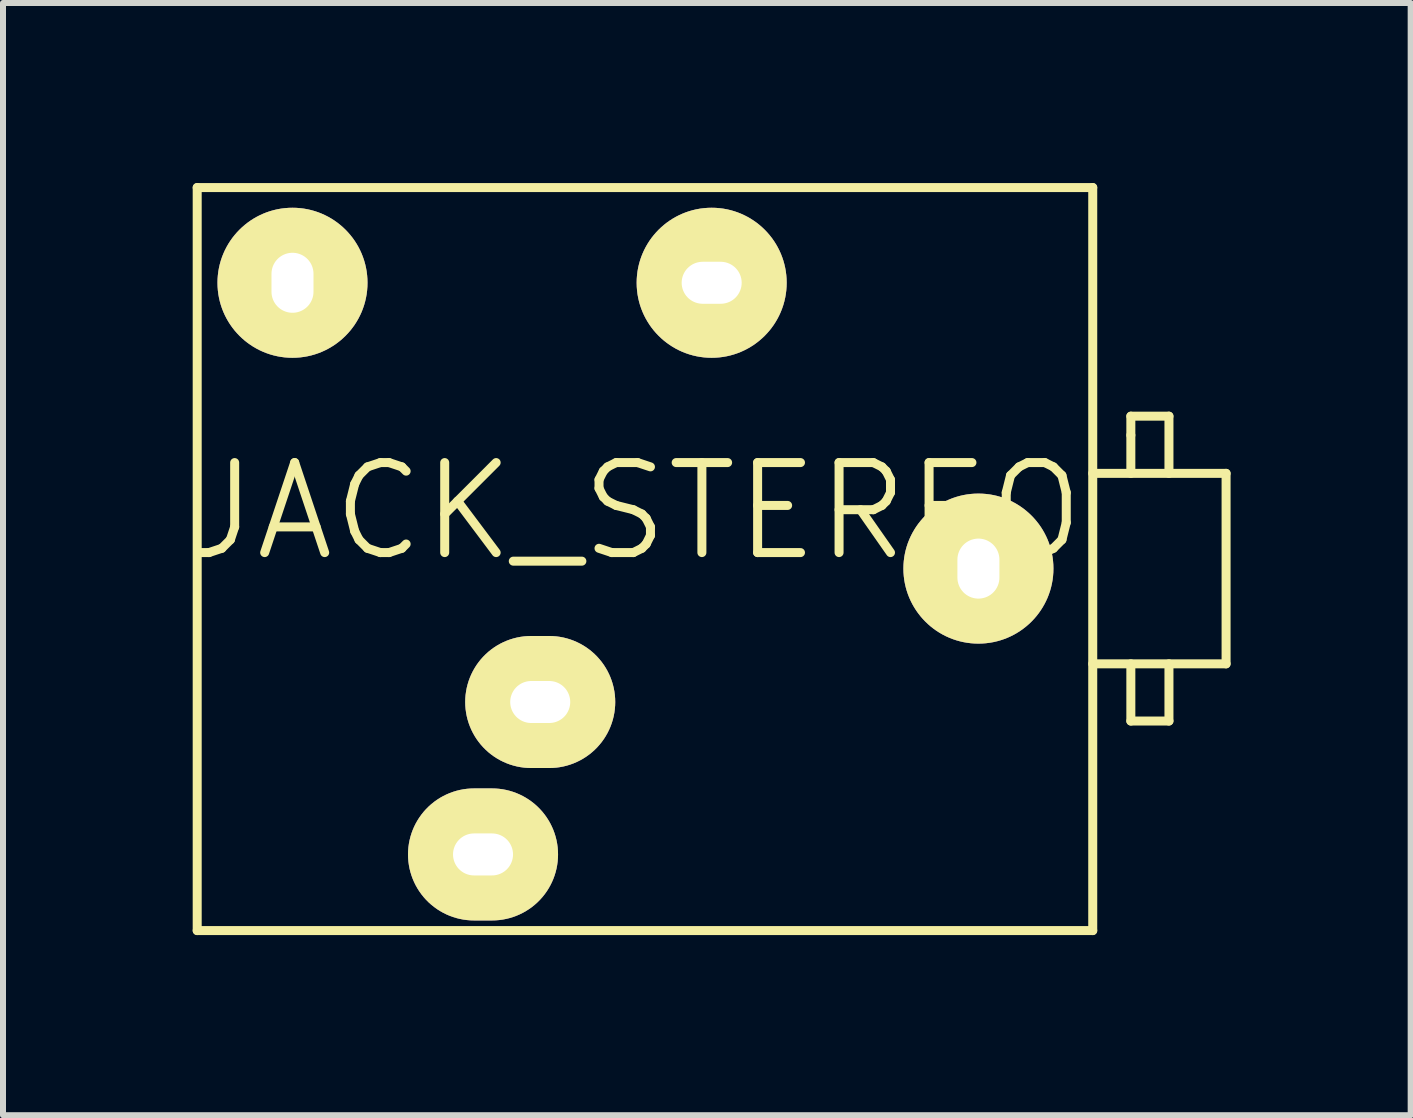
<source format=kicad_pcb>
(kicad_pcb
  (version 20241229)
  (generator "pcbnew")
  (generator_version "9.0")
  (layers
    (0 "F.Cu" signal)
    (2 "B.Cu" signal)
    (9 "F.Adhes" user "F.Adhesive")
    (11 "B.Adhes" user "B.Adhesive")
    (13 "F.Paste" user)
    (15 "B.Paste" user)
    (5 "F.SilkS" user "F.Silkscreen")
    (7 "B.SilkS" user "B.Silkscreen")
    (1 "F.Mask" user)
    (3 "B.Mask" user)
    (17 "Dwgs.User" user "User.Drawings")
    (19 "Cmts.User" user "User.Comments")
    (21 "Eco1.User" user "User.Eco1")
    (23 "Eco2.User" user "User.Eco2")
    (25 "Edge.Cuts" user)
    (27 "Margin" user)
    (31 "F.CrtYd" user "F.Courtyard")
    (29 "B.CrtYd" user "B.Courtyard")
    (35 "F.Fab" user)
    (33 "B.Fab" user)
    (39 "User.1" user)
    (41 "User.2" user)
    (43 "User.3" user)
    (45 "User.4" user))
  (footprint "JACK_STEREO"
    (layer "F.Cu")
    (at 7.539 6.425)
    (property "Reference" "JACK_STEREO" (at 0 -0.953 0) (layer "F.SilkS") (effects (font (size 1.5 1.5) (thickness 0.15))))
    (attr through_hole)
    (fp_line (start -7.303 -6.35) (end -7.303 6.032) (stroke (width 0.15) (type solid)) (layer "F.SilkS"))
    (fp_line (start -7.303 6.032) (end 7.62 6.032) (stroke (width 0.15) (type solid)) (layer "F.SilkS"))
    (fp_line (start 7.62 -6.35) (end -7.303 -6.35) (stroke (width 0.15) (type solid)) (layer "F.SilkS"))
    (fp_line (start 7.62 -1.587) (end 9.842 -1.587) (stroke (width 0.15) (type solid)) (layer "F.SilkS"))
    (fp_line (start 7.62 6.032) (end 7.62 -6.35) (stroke (width 0.15) (type solid)) (layer "F.SilkS"))
    (fp_line (start 8.255 -2.54) (end 8.89 -2.54) (stroke (width 0.15) (type solid)) (layer "F.SilkS"))
    (fp_line (start 8.255 -2.223) (end 8.255 -2.54) (stroke (width 0.15) (type solid)) (layer "F.SilkS"))
    (fp_line (start 8.255 -1.587) (end 8.255 -2.223) (stroke (width 0.15) (type solid)) (layer "F.SilkS"))
    (fp_line (start 8.255 1.587) (end 8.255 2.54) (stroke (width 0.15) (type solid)) (layer "F.SilkS"))
    (fp_line (start 8.255 2.54) (end 8.89 2.54) (stroke (width 0.15) (type solid)) (layer "F.SilkS"))
    (fp_line (start 8.89 -2.54) (end 8.89 -1.587) (stroke (width 0.15) (type solid)) (layer "F.SilkS"))
    (fp_line (start 8.89 2.54) (end 8.89 1.587) (stroke (width 0.15) (type solid)) (layer "F.SilkS"))
    (fp_line (start 9.842 -1.587) (end 9.842 1.587) (stroke (width 0.15) (type solid)) (layer "F.SilkS"))
    (fp_line (start 9.842 1.587) (end 7.62 1.587) (stroke (width 0.15) (type solid)) (layer "F.SilkS"))
    (pad "1" thru_hole circle (at 5.715 0) (size 2.5 2.5) (drill oval 0.7 1) (layers "*.Cu" "*.Mask" "F.SilkS"))
    (pad "2" thru_hole circle (at -5.715 -4.763) (size 2.5 2.5) (drill oval 0.7 1) (layers "*.Cu" "*.Mask" "F.SilkS"))
    (pad "3" thru_hole circle (at 1.27 -4.763) (size 2.5 2.5) (drill oval 1 0.7) (layers "*.Cu" "*.Mask" "F.SilkS"))
    (pad "4" thru_hole oval (at -2.54 4.763) (size 2.5 2.2) (drill oval 1 0.7) (layers "*.Cu" "*.Mask" "F.SilkS"))
    (pad "5" thru_hole oval (at -1.587 2.223) (size 2.5 2.2) (drill oval 1 0.7) (layers "*.Cu" "*.Mask" "F.SilkS")))
  (gr_rect
    (start -3 -3)
    (end 20.457 15.533)
    (stroke (width 0.1) (type default))
    (fill no)
    (layer "Edge.Cuts")))
</source>
